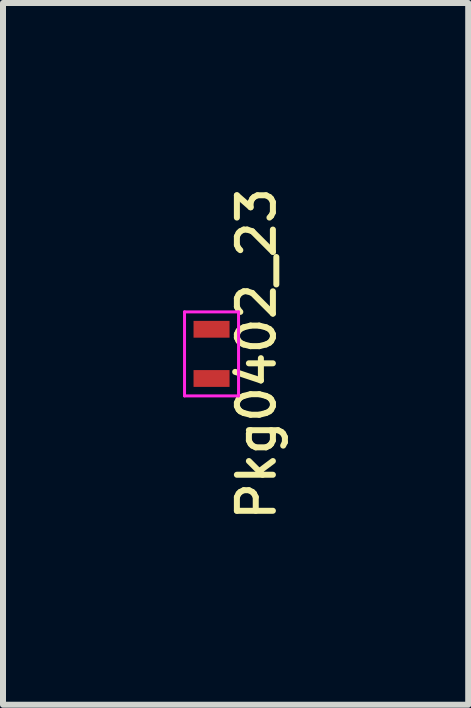
<source format=kicad_pcb>
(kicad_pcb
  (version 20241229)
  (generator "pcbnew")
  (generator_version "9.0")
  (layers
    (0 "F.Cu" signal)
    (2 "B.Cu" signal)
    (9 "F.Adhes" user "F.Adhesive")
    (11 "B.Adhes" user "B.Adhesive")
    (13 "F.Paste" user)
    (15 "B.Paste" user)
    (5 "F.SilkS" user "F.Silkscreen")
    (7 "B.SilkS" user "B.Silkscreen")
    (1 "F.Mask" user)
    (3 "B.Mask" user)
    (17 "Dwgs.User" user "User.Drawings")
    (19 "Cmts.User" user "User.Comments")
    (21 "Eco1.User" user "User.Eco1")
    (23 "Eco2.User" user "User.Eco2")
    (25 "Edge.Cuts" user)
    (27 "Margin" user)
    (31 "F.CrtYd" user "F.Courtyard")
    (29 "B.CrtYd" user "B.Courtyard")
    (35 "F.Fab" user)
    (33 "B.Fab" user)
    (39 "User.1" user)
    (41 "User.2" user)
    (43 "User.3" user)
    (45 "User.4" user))
  (footprint "Pkg0402_23"
    (layer "F.Cu")
    (at 0.475 2.847)
    (property "Reference" "Pkg0402_23" (at 0.75 0 90) (layer "F.SilkS") (effects (font (size 0.6 0.6) (thickness 0.1))))
    (fp_line (start -0.45 -0.7) (end -0.45 0.7) (stroke (width 0.05) (type solid)) (layer "F.CrtYd"))
    (fp_line (start -0.45 0.7) (end 0.45 0.7) (stroke (width 0.05) (type solid)) (layer "F.CrtYd"))
    (fp_line (start 0.45 -0.7) (end -0.45 -0.7) (stroke (width 0.05) (type solid)) (layer "F.CrtYd"))
    (fp_line (start 0.45 0.7) (end 0.45 -0.7) (stroke (width 0.05) (type solid)) (layer "F.CrtYd"))
    (pad "1" smd rect (at 0 -0.41) (size 0.6 0.28) (layers "F.Cu" "F.Mask" "F.Paste"))
    (pad "2" smd rect (at 0 0.41) (size 0.6 0.28) (layers "F.Cu" "F.Mask" "F.Paste")))
  (gr_rect
    (start -3 -3)
    (end 4.752 8.694)
    (stroke (width 0.1) (type default))
    (fill no)
    (layer "Edge.Cuts")))
</source>
